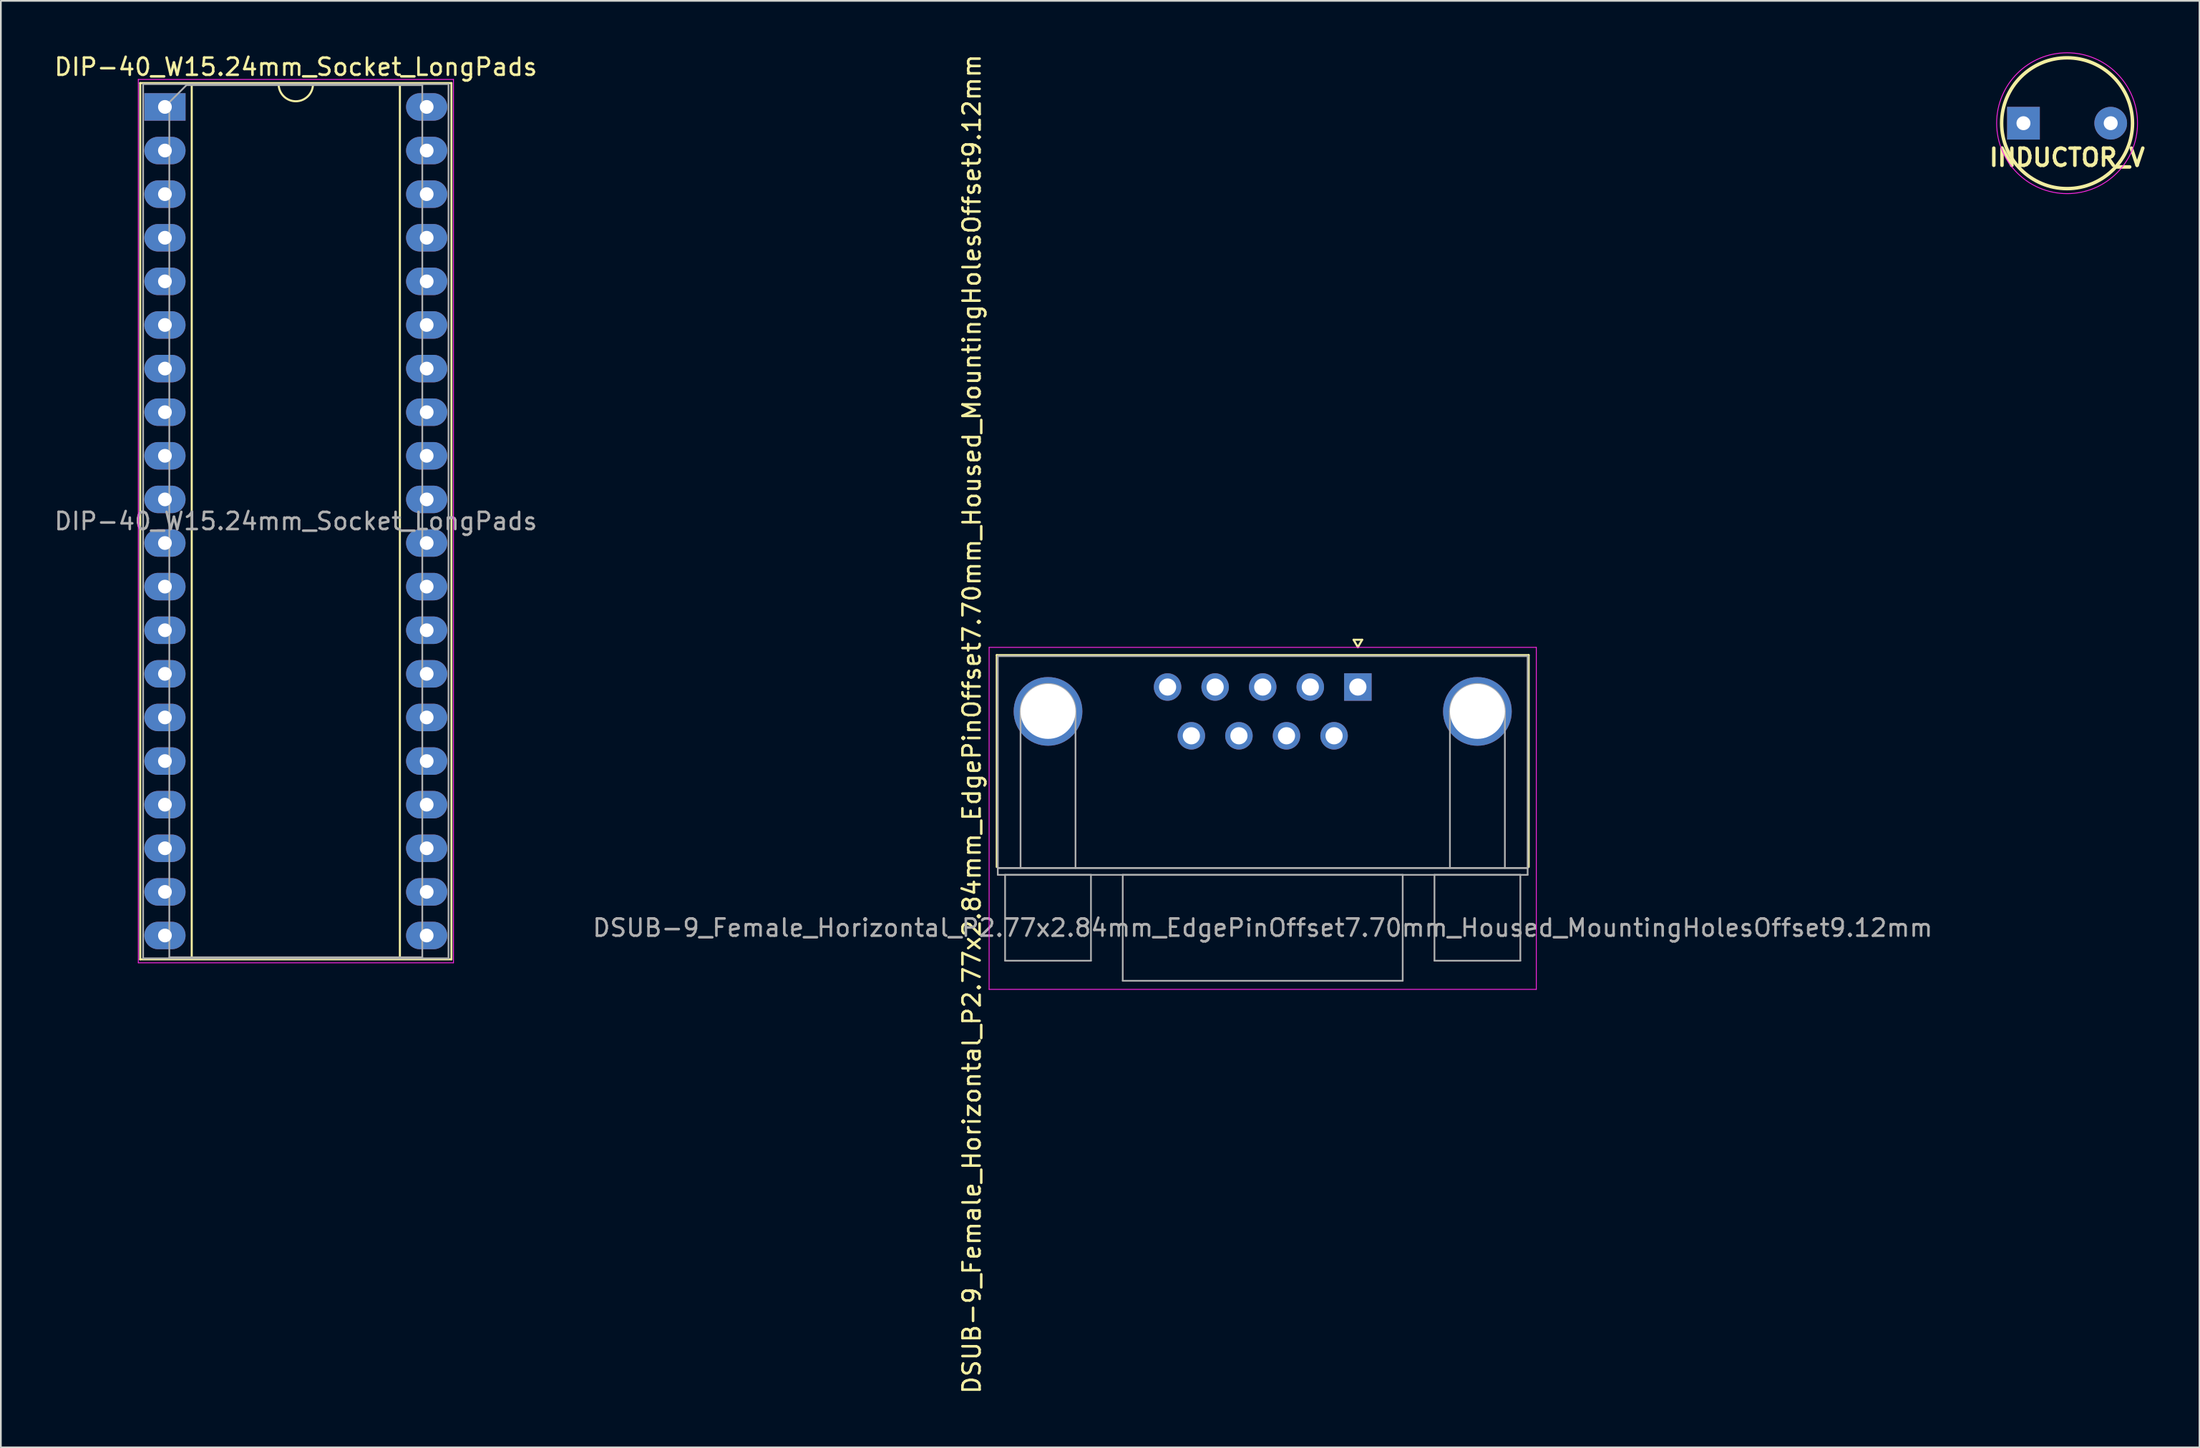
<source format=kicad_pcb>
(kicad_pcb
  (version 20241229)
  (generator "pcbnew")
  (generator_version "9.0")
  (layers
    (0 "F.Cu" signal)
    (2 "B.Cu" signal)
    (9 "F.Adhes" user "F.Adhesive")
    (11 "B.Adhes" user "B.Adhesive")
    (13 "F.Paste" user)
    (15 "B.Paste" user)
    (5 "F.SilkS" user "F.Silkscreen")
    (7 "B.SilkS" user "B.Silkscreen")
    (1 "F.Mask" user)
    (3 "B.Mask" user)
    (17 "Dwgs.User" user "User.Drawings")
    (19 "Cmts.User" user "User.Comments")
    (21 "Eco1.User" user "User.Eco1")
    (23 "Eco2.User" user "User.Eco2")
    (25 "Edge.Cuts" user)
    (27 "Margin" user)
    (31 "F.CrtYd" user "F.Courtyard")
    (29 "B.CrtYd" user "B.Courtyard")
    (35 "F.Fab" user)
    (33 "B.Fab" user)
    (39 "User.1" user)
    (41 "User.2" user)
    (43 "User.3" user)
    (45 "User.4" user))
  (footprint "DIP-40_W15.24mm_Socket_LongPads"
    (layer "F.Cu")
    (at 6.553 3.178)
    (property "Reference" "DIP-40_W15.24mm_Socket_LongPads" (at 7.62 -2.33 0) (layer "F.SilkS") (effects (font (size 1 1) (thickness 0.15))))
    (attr through_hole)
    (fp_line (start -1.44 -1.39) (end -1.44 49.65) (stroke (width 0.12) (type solid)) (layer "F.SilkS"))
    (fp_line (start -1.44 49.65) (end 16.68 49.65) (stroke (width 0.12) (type solid)) (layer "F.SilkS"))
    (fp_line (start 1.56 -1.33) (end 1.56 49.59) (stroke (width 0.12) (type solid)) (layer "F.SilkS"))
    (fp_line (start 1.56 49.59) (end 13.68 49.59) (stroke (width 0.12) (type solid)) (layer "F.SilkS"))
    (fp_line (start 6.62 -1.33) (end 1.56 -1.33) (stroke (width 0.12) (type solid)) (layer "F.SilkS"))
    (fp_line (start 13.68 -1.33) (end 8.62 -1.33) (stroke (width 0.12) (type solid)) (layer "F.SilkS"))
    (fp_line (start 13.68 49.59) (end 13.68 -1.33) (stroke (width 0.12) (type solid)) (layer "F.SilkS"))
    (fp_line (start 16.68 -1.39) (end -1.44 -1.39) (stroke (width 0.12) (type solid)) (layer "F.SilkS"))
    (fp_line (start 16.68 49.65) (end 16.68 -1.39) (stroke (width 0.12) (type solid)) (layer "F.SilkS"))
    (fp_arc (start 8.62 -1.33) (mid 7.62 -0.33) (end 6.62 -1.33) (stroke (width 0.12) (type solid)) (layer "F.SilkS"))
    (fp_line (start -1.55 -1.6) (end -1.55 49.85) (stroke (width 0.05) (type solid)) (layer "F.CrtYd"))
    (fp_line (start -1.55 49.85) (end 16.8 49.85) (stroke (width 0.05) (type solid)) (layer "F.CrtYd"))
    (fp_line (start 16.8 -1.6) (end -1.55 -1.6) (stroke (width 0.05) (type solid)) (layer "F.CrtYd"))
    (fp_line (start 16.8 49.85) (end 16.8 -1.6) (stroke (width 0.05) (type solid)) (layer "F.CrtYd"))
    (fp_line (start -1.27 -1.33) (end -1.27 49.59) (stroke (width 0.1) (type solid)) (layer "F.Fab"))
    (fp_line (start -1.27 49.59) (end 16.51 49.59) (stroke (width 0.1) (type solid)) (layer "F.Fab"))
    (fp_line (start 0.255 -0.27) (end 1.255 -1.27) (stroke (width 0.1) (type solid)) (layer "F.Fab"))
    (fp_line (start 0.255 49.53) (end 0.255 -0.27) (stroke (width 0.1) (type solid)) (layer "F.Fab"))
    (fp_line (start 1.255 -1.27) (end 14.985 -1.27) (stroke (width 0.1) (type solid)) (layer "F.Fab"))
    (fp_line (start 14.985 -1.27) (end 14.985 49.53) (stroke (width 0.1) (type solid)) (layer "F.Fab"))
    (fp_line (start 14.985 49.53) (end 0.255 49.53) (stroke (width 0.1) (type solid)) (layer "F.Fab"))
    (fp_line (start 16.51 -1.33) (end -1.27 -1.33) (stroke (width 0.1) (type solid)) (layer "F.Fab"))
    (fp_line (start 16.51 49.59) (end 16.51 -1.33) (stroke (width 0.1) (type solid)) (layer "F.Fab"))
    (fp_text user "${REFERENCE}" (at 7.62 24.13 0) (layer "F.Fab") (effects (font (size 1 1) (thickness 0.15))))
    (pad "1" thru_hole rect (at 0 0) (size 2.4 1.6) (drill 0.8) (layers "*.Cu" "*.Mask"))
    (pad "2" thru_hole oval (at 0 2.54) (size 2.4 1.6) (drill 0.8) (layers "*.Cu" "*.Mask"))
    (pad "3" thru_hole oval (at 0 5.08) (size 2.4 1.6) (drill 0.8) (layers "*.Cu" "*.Mask"))
    (pad "4" thru_hole oval (at 0 7.62) (size 2.4 1.6) (drill 0.8) (layers "*.Cu" "*.Mask"))
    (pad "5" thru_hole oval (at 0 10.16) (size 2.4 1.6) (drill 0.8) (layers "*.Cu" "*.Mask"))
    (pad "6" thru_hole oval (at 0 12.7) (size 2.4 1.6) (drill 0.8) (layers "*.Cu" "*.Mask"))
    (pad "7" thru_hole oval (at 0 15.24) (size 2.4 1.6) (drill 0.8) (layers "*.Cu" "*.Mask"))
    (pad "8" thru_hole oval (at 0 17.78) (size 2.4 1.6) (drill 0.8) (layers "*.Cu" "*.Mask"))
    (pad "9" thru_hole oval (at 0 20.32) (size 2.4 1.6) (drill 0.8) (layers "*.Cu" "*.Mask"))
    (pad "10" thru_hole oval (at 0 22.86) (size 2.4 1.6) (drill 0.8) (layers "*.Cu" "*.Mask"))
    (pad "11" thru_hole oval (at 0 25.4) (size 2.4 1.6) (drill 0.8) (layers "*.Cu" "*.Mask"))
    (pad "12" thru_hole oval (at 0 27.94) (size 2.4 1.6) (drill 0.8) (layers "*.Cu" "*.Mask"))
    (pad "13" thru_hole oval (at 0 30.48) (size 2.4 1.6) (drill 0.8) (layers "*.Cu" "*.Mask"))
    (pad "14" thru_hole oval (at 0 33.02) (size 2.4 1.6) (drill 0.8) (layers "*.Cu" "*.Mask"))
    (pad "15" thru_hole oval (at 0 35.56) (size 2.4 1.6) (drill 0.8) (layers "*.Cu" "*.Mask"))
    (pad "16" thru_hole oval (at 0 38.1) (size 2.4 1.6) (drill 0.8) (layers "*.Cu" "*.Mask"))
    (pad "17" thru_hole oval (at 0 40.64) (size 2.4 1.6) (drill 0.8) (layers "*.Cu" "*.Mask"))
    (pad "18" thru_hole oval (at 0 43.18) (size 2.4 1.6) (drill 0.8) (layers "*.Cu" "*.Mask"))
    (pad "19" thru_hole oval (at 0 45.72) (size 2.4 1.6) (drill 0.8) (layers "*.Cu" "*.Mask"))
    (pad "20" thru_hole oval (at 0 48.26) (size 2.4 1.6) (drill 0.8) (layers "*.Cu" "*.Mask"))
    (pad "21" thru_hole oval (at 15.24 48.26) (size 2.4 1.6) (drill 0.8) (layers "*.Cu" "*.Mask"))
    (pad "22" thru_hole oval (at 15.24 45.72) (size 2.4 1.6) (drill 0.8) (layers "*.Cu" "*.Mask"))
    (pad "23" thru_hole oval (at 15.24 43.18) (size 2.4 1.6) (drill 0.8) (layers "*.Cu" "*.Mask"))
    (pad "24" thru_hole oval (at 15.24 40.64) (size 2.4 1.6) (drill 0.8) (layers "*.Cu" "*.Mask"))
    (pad "25" thru_hole oval (at 15.24 38.1) (size 2.4 1.6) (drill 0.8) (layers "*.Cu" "*.Mask"))
    (pad "26" thru_hole oval (at 15.24 35.56) (size 2.4 1.6) (drill 0.8) (layers "*.Cu" "*.Mask"))
    (pad "27" thru_hole oval (at 15.24 33.02) (size 2.4 1.6) (drill 0.8) (layers "*.Cu" "*.Mask"))
    (pad "28" thru_hole oval (at 15.24 30.48) (size 2.4 1.6) (drill 0.8) (layers "*.Cu" "*.Mask"))
    (pad "29" thru_hole oval (at 15.24 27.94) (size 2.4 1.6) (drill 0.8) (layers "*.Cu" "*.Mask"))
    (pad "30" thru_hole oval (at 15.24 25.4) (size 2.4 1.6) (drill 0.8) (layers "*.Cu" "*.Mask"))
    (pad "31" thru_hole oval (at 15.24 22.86) (size 2.4 1.6) (drill 0.8) (layers "*.Cu" "*.Mask"))
    (pad "32" thru_hole oval (at 15.24 20.32) (size 2.4 1.6) (drill 0.8) (layers "*.Cu" "*.Mask"))
    (pad "33" thru_hole oval (at 15.24 17.78) (size 2.4 1.6) (drill 0.8) (layers "*.Cu" "*.Mask"))
    (pad "34" thru_hole oval (at 15.24 15.24) (size 2.4 1.6) (drill 0.8) (layers "*.Cu" "*.Mask"))
    (pad "35" thru_hole oval (at 15.24 12.7) (size 2.4 1.6) (drill 0.8) (layers "*.Cu" "*.Mask"))
    (pad "36" thru_hole oval (at 15.24 10.16) (size 2.4 1.6) (drill 0.8) (layers "*.Cu" "*.Mask"))
    (pad "37" thru_hole oval (at 15.24 7.62) (size 2.4 1.6) (drill 0.8) (layers "*.Cu" "*.Mask"))
    (pad "38" thru_hole oval (at 15.24 5.08) (size 2.4 1.6) (drill 0.8) (layers "*.Cu" "*.Mask"))
    (pad "39" thru_hole oval (at 15.24 2.54) (size 2.4 1.6) (drill 0.8) (layers "*.Cu" "*.Mask"))
    (pad "40" thru_hole oval (at 15.24 0) (size 2.4 1.6) (drill 0.8) (layers "*.Cu" "*.Mask")))
  (footprint "DSUB-9_Female_Horizontal_P2.77x2.84mm_EdgePinOffset7.70mm_Housed_MountingHolesOffset9.12mm"
    (layer "F.Cu")
    (at 76.01 36.966)
    (property "Reference" "DSUB-9_Female_Horizontal_P2.77x2.84mm_EdgePinOffset7.70mm_Housed_MountingHolesOffset9.12mm" (at -22.479 2.159 270) (layer "F.SilkS") (effects (font (size 1 1) (thickness 0.15))))
    (attr through_hole)
    (fp_line (start -21.025 -1.86) (end 9.945 -1.86) (stroke (width 0.12) (type solid)) (layer "F.SilkS"))
    (fp_line (start -21.025 10.48) (end -21.025 -1.86) (stroke (width 0.12) (type solid)) (layer "F.SilkS"))
    (fp_line (start -0.25 -2.754) (end 0.25 -2.754) (stroke (width 0.12) (type solid)) (layer "F.SilkS"))
    (fp_line (start 0 -2.321) (end -0.25 -2.754) (stroke (width 0.12) (type solid)) (layer "F.SilkS"))
    (fp_line (start 0.25 -2.754) (end 0 -2.321) (stroke (width 0.12) (type solid)) (layer "F.SilkS"))
    (fp_line (start 9.945 -1.86) (end 9.945 10.48) (stroke (width 0.12) (type solid)) (layer "F.SilkS"))
    (fp_line (start -21.47 -2.31) (end -21.47 17.61) (stroke (width 0.05) (type solid)) (layer "F.CrtYd"))
    (fp_line (start -21.47 17.61) (end 10.39 17.61) (stroke (width 0.05) (type solid)) (layer "F.CrtYd"))
    (fp_line (start 10.39 -2.31) (end -21.47 -2.31) (stroke (width 0.05) (type solid)) (layer "F.CrtYd"))
    (fp_line (start 10.39 17.61) (end 10.39 -2.31) (stroke (width 0.05) (type solid)) (layer "F.CrtYd"))
    (fp_line (start -20.965 -1.8) (end -20.965 10.54) (stroke (width 0.1) (type solid)) (layer "F.Fab"))
    (fp_line (start -20.965 10.54) (end -20.965 10.94) (stroke (width 0.1) (type solid)) (layer "F.Fab"))
    (fp_line (start -20.965 10.54) (end 9.885 10.54) (stroke (width 0.1) (type solid)) (layer "F.Fab"))
    (fp_line (start -20.965 10.94) (end 9.885 10.94) (stroke (width 0.1) (type solid)) (layer "F.Fab"))
    (fp_line (start -20.54 10.94) (end -20.54 15.94) (stroke (width 0.1) (type solid)) (layer "F.Fab"))
    (fp_line (start -20.54 15.94) (end -15.54 15.94) (stroke (width 0.1) (type solid)) (layer "F.Fab"))
    (fp_line (start -19.64 10.54) (end -19.64 1.42) (stroke (width 0.1) (type solid)) (layer "F.Fab"))
    (fp_line (start -16.44 10.54) (end -16.44 1.42) (stroke (width 0.1) (type solid)) (layer "F.Fab"))
    (fp_line (start -15.54 10.94) (end -20.54 10.94) (stroke (width 0.1) (type solid)) (layer "F.Fab"))
    (fp_line (start -15.54 15.94) (end -15.54 10.94) (stroke (width 0.1) (type solid)) (layer "F.Fab"))
    (fp_line (start -13.69 10.94) (end -13.69 17.11) (stroke (width 0.1) (type solid)) (layer "F.Fab"))
    (fp_line (start -13.69 17.11) (end 2.61 17.11) (stroke (width 0.1) (type solid)) (layer "F.Fab"))
    (fp_line (start 2.61 10.94) (end -13.69 10.94) (stroke (width 0.1) (type solid)) (layer "F.Fab"))
    (fp_line (start 2.61 17.11) (end 2.61 10.94) (stroke (width 0.1) (type solid)) (layer "F.Fab"))
    (fp_line (start 4.46 10.94) (end 4.46 15.94) (stroke (width 0.1) (type solid)) (layer "F.Fab"))
    (fp_line (start 4.46 15.94) (end 9.46 15.94) (stroke (width 0.1) (type solid)) (layer "F.Fab"))
    (fp_line (start 5.36 10.54) (end 5.36 1.42) (stroke (width 0.1) (type solid)) (layer "F.Fab"))
    (fp_line (start 8.56 10.54) (end 8.56 1.42) (stroke (width 0.1) (type solid)) (layer "F.Fab"))
    (fp_line (start 9.46 10.94) (end 4.46 10.94) (stroke (width 0.1) (type solid)) (layer "F.Fab"))
    (fp_line (start 9.46 15.94) (end 9.46 10.94) (stroke (width 0.1) (type solid)) (layer "F.Fab"))
    (fp_line (start 9.885 -1.8) (end -20.965 -1.8) (stroke (width 0.1) (type solid)) (layer "F.Fab"))
    (fp_line (start 9.885 10.54) (end -20.965 10.54) (stroke (width 0.1) (type solid)) (layer "F.Fab"))
    (fp_line (start 9.885 10.54) (end 9.885 -1.8) (stroke (width 0.1) (type solid)) (layer "F.Fab"))
    (fp_line (start 9.885 10.94) (end 9.885 10.54) (stroke (width 0.1) (type solid)) (layer "F.Fab"))
    (fp_arc (start -19.64 1.42) (mid -18.04 -0.18) (end -16.44 1.42) (stroke (width 0.1) (type solid)) (layer "F.Fab"))
    (fp_arc (start 5.36 1.42) (mid 6.96 -0.18) (end 8.56 1.42) (stroke (width 0.1) (type solid)) (layer "F.Fab"))
    (fp_text user "${REFERENCE}" (at -5.54 14.025 180) (layer "F.Fab") (effects (font (size 1 1) (thickness 0.15))))
    (pad "0" thru_hole circle (at -18.04 1.42) (size 4 4) (drill 3.2) (layers "*.Cu" "*.Mask"))
    (pad "0" thru_hole circle (at 6.96 1.42) (size 4 4) (drill 3.2) (layers "*.Cu" "*.Mask"))
    (pad "1" thru_hole rect (at 0 0) (size 1.6 1.6) (drill 1) (layers "*.Cu" "*.Mask"))
    (pad "2" thru_hole circle (at -2.77 0) (size 1.6 1.6) (drill 1) (layers "*.Cu" "*.Mask"))
    (pad "3" thru_hole circle (at -5.54 0) (size 1.6 1.6) (drill 1) (layers "*.Cu" "*.Mask"))
    (pad "4" thru_hole circle (at -8.31 0) (size 1.6 1.6) (drill 1) (layers "*.Cu" "*.Mask"))
    (pad "5" thru_hole circle (at -11.08 0) (size 1.6 1.6) (drill 1) (layers "*.Cu" "*.Mask"))
    (pad "6" thru_hole circle (at -1.385 2.84) (size 1.6 1.6) (drill 1) (layers "*.Cu" "*.Mask"))
    (pad "7" thru_hole circle (at -4.155 2.84) (size 1.6 1.6) (drill 1) (layers "*.Cu" "*.Mask"))
    (pad "8" thru_hole circle (at -6.925 2.84) (size 1.6 1.6) (drill 1) (layers "*.Cu" "*.Mask"))
    (pad "9" thru_hole circle (at -9.695 2.84) (size 1.6 1.6) (drill 1) (layers "*.Cu" "*.Mask")))
  (footprint "INDUCTOR_V"
    (layer "F.Cu")
    (at 117.303 4.126)
    (property "Reference" "INDUCTOR_V" (at 0 1.999 0) (layer "F.SilkS") (effects (font (size 1.001 1.001) (thickness 0.203))))
    (attr through_hole)
    (fp_circle (center 0 0) (end 3.81 0) (stroke (width 0.201) (type solid)) (fill no) (layer "F.SilkS"))
    (fp_circle (center 0 0) (end 4.1 0.1) (stroke (width 0.05) (type default)) (fill no) (layer "F.CrtYd"))
    (pad "1" thru_hole rect (at -2.54 0) (size 1.905 1.905) (drill 0.813) (layers "*.Cu" "*.Mask"))
    (pad "2" thru_hole circle (at 2.54 0) (size 1.905 1.905) (drill 0.813) (layers "*.Cu" "*.Mask")))
  (gr_rect
    (start -3 -3)
    (end 125.012 81.25)
    (stroke (width 0.1) (type default))
    (fill no)
    (layer "Edge.Cuts")))
</source>
